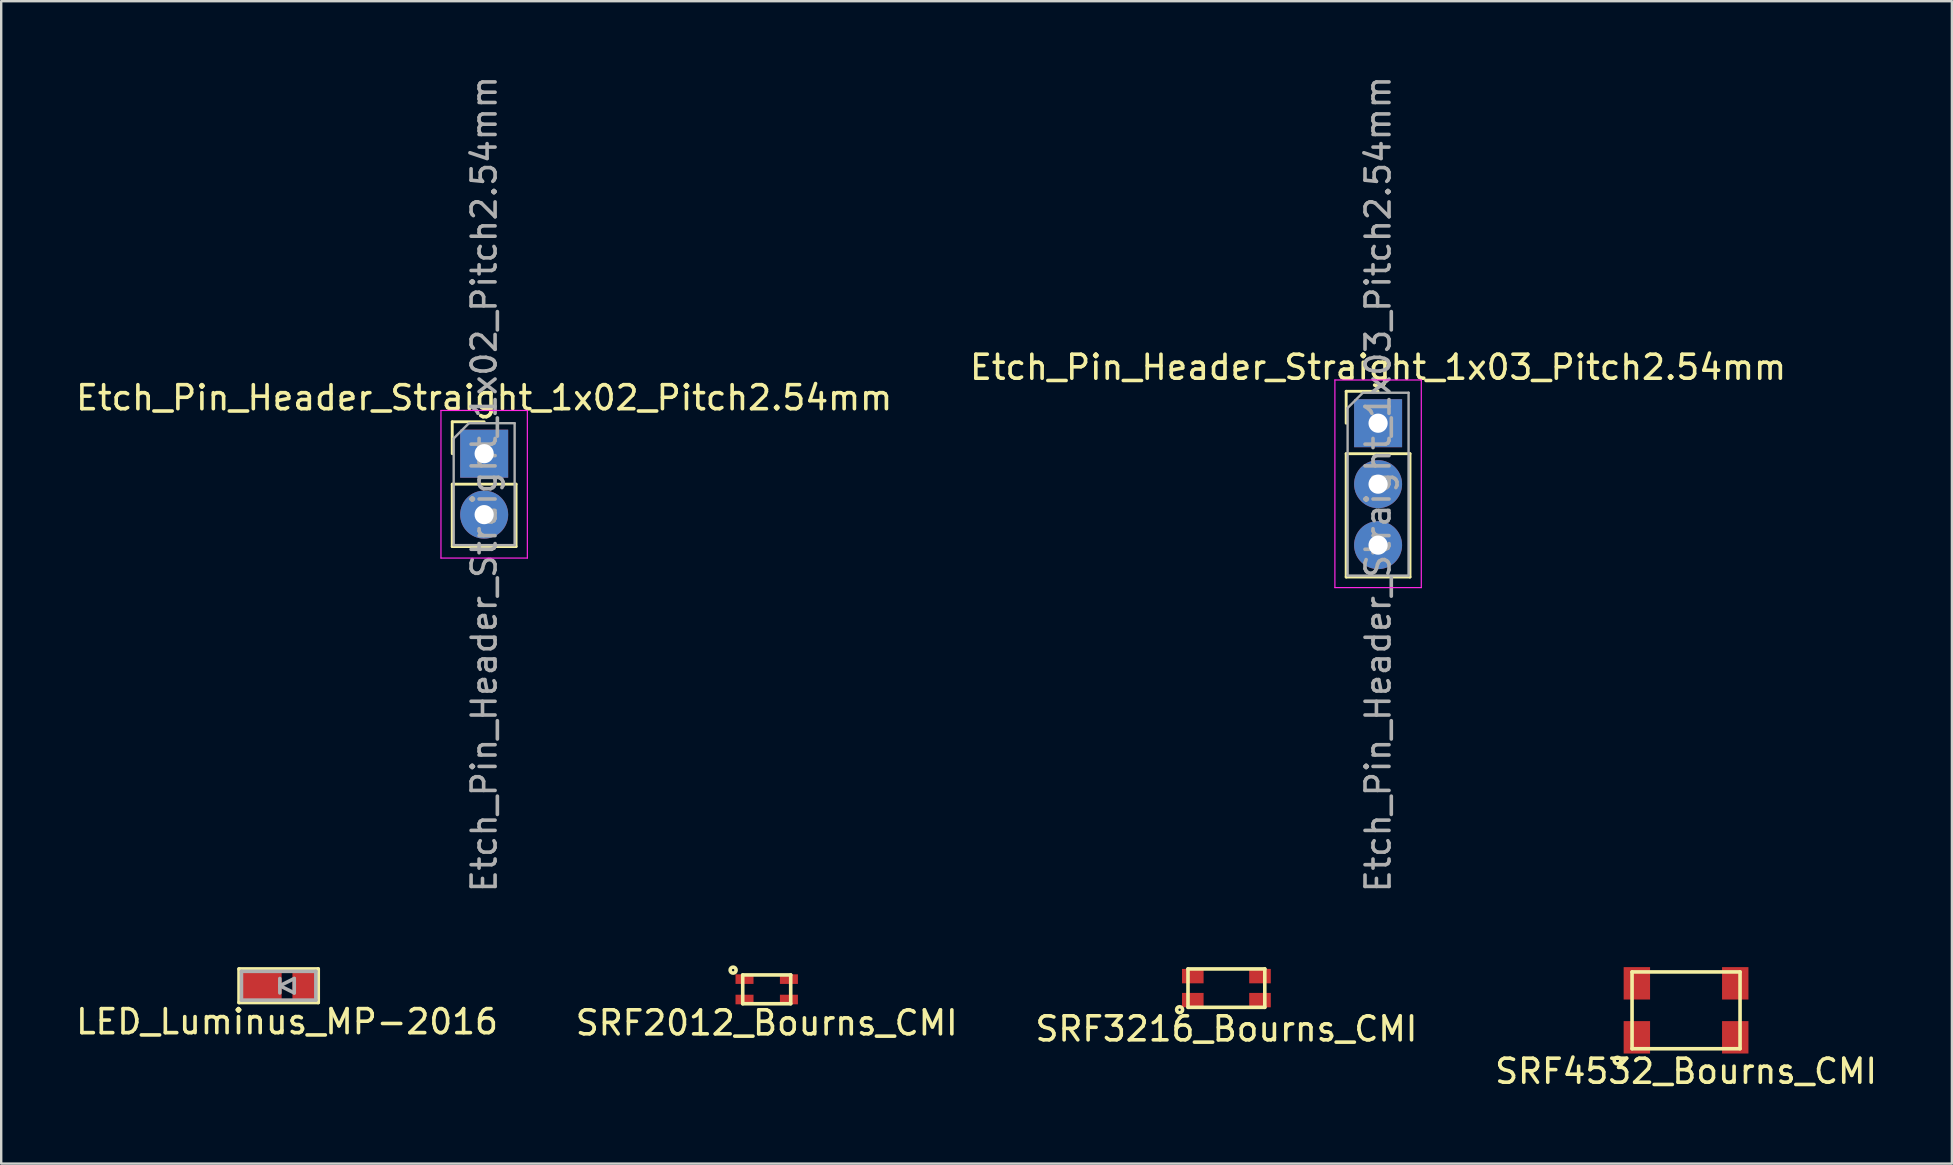
<source format=kicad_pcb>
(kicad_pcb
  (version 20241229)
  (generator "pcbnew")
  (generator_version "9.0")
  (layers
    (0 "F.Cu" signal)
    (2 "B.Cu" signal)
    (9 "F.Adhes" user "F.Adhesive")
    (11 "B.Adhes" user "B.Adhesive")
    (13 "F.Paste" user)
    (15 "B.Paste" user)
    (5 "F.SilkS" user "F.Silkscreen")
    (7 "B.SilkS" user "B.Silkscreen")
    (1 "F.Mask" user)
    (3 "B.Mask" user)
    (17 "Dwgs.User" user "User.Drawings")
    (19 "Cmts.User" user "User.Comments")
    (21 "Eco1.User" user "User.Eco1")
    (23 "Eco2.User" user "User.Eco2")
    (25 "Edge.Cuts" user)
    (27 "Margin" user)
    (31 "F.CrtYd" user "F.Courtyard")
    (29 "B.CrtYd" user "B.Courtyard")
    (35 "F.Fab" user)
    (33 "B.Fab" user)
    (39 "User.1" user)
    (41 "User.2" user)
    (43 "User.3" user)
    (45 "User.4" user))
  (footprint "SRF3216_Bourns_CMI"
    (layer "F.Cu")
    (at 48.054 38.125)
    (property "Reference" "SRF3216_Bourns_CMI" (at 0 1.7 0) (layer "F.SilkS") (effects (font (size 1 1) (thickness 0.15))))
    (attr through_hole)
    (fp_line (start -1.6 -0.8) (end 1.6 -0.8) (stroke (width 0.15) (type solid)) (layer "F.SilkS"))
    (fp_line (start -1.6 0.8) (end -1.6 -0.8) (stroke (width 0.15) (type solid)) (layer "F.SilkS"))
    (fp_line (start 1.6 -0.8) (end 1.6 0.8) (stroke (width 0.15) (type solid)) (layer "F.SilkS"))
    (fp_line (start 1.6 0.8) (end -1.6 0.8) (stroke (width 0.15) (type solid)) (layer "F.SilkS"))
    (fp_circle (center -1.95 0.9) (end -1.95 0.85) (stroke (width 0.15) (type solid)) (fill no) (layer "F.SilkS"))
    (pad "1" smd rect (at -1.4 0.5) (size 0.9 0.6) (layers "F.Cu" "F.Mask" "F.Paste"))
    (pad "2" smd rect (at 1.4 0.5) (size 0.9 0.6) (layers "F.Cu" "F.Mask" "F.Paste"))
    (pad "3" smd rect (at 1.4 -0.5) (size 0.9 0.6) (layers "F.Cu" "F.Mask" "F.Paste"))
    (pad "4" smd rect (at -1.4 -0.5) (size 0.9 0.6) (layers "F.Cu" "F.Mask" "F.Paste")))
  (footprint "LED_Luminus_MP-2016"
    (layer "F.Cu")
    (at 8.911 38.025)
    (property "Reference" "LED_Luminus_MP-2016" (at 0 1.5 0) (layer "F.SilkS") (effects (font (size 1 1) (thickness 0.15))))
    (attr through_hole)
    (fp_line (start -2 -0.7) (end -2 0.7) (stroke (width 0.15) (type solid)) (layer "F.SilkS"))
    (fp_line (start 1.3 -0.7) (end -2 -0.7) (stroke (width 0.15) (type solid)) (layer "F.SilkS"))
    (fp_line (start 1.3 0.7) (end -2 0.7) (stroke (width 0.15) (type solid)) (layer "F.SilkS"))
    (fp_line (start 1.3 0.7) (end 1.3 -0.7) (stroke (width 0.15) (type solid)) (layer "F.SilkS"))
    (fp_line (start -1.9 -0.6) (end 1.2 -0.6) (stroke (width 0.15) (type solid)) (layer "F.Fab"))
    (fp_line (start -1.9 0.6) (end -1.9 -0.6) (stroke (width 0.15) (type solid)) (layer "F.Fab"))
    (fp_line (start -0.3 0) (end 0.3 0.3) (stroke (width 0.15) (type solid)) (layer "F.Fab"))
    (fp_line (start -0.3 0.3) (end -0.3 -0.3) (stroke (width 0.15) (type solid)) (layer "F.Fab"))
    (fp_line (start 0.3 -0.3) (end -0.3 0) (stroke (width 0.15) (type solid)) (layer "F.Fab"))
    (fp_line (start 0.3 0.3) (end 0.3 -0.3) (stroke (width 0.15) (type solid)) (layer "F.Fab"))
    (fp_line (start 1.2 -0.6) (end 1.2 0.6) (stroke (width 0.15) (type solid)) (layer "F.Fab"))
    (fp_line (start 1.2 0.6) (end -1.9 0.6) (stroke (width 0.15) (type solid)) (layer "F.Fab"))
    (pad "1" smd rect (at -1.05 0) (size 1.65 1.14) (layers "F.Cu" "F.Mask" "F.Paste"))
    (pad "2" smd rect (at 0.675 0) (size 0.9 1.14) (layers "F.Cu" "F.Mask" "F.Paste")))
  (footprint "Etch_Pin_Header_Straight_1x03_Pitch2.54mm"
    (layer "F.Cu")
    (at 54.375 14.585)
    (property "Reference" "Etch_Pin_Header_Straight_1x03_Pitch2.54mm" (at 0 -2.33 0) (layer "F.SilkS") (effects (font (size 1 1) (thickness 0.15))))
    (attr through_hole)
    (fp_line (start -1.33 -1.33) (end 0 -1.33) (stroke (width 0.12) (type solid)) (layer "F.SilkS"))
    (fp_line (start -1.33 0) (end -1.33 -1.33) (stroke (width 0.12) (type solid)) (layer "F.SilkS"))
    (fp_line (start -1.33 1.27) (end -1.33 6.41) (stroke (width 0.12) (type solid)) (layer "F.SilkS"))
    (fp_line (start -1.33 1.27) (end 1.33 1.27) (stroke (width 0.12) (type solid)) (layer "F.SilkS"))
    (fp_line (start -1.33 6.41) (end 1.33 6.41) (stroke (width 0.12) (type solid)) (layer "F.SilkS"))
    (fp_line (start 1.33 1.27) (end 1.33 6.41) (stroke (width 0.12) (type solid)) (layer "F.SilkS"))
    (fp_line (start -1.8 -1.8) (end -1.8 6.85) (stroke (width 0.05) (type solid)) (layer "F.CrtYd"))
    (fp_line (start -1.8 6.85) (end 1.8 6.85) (stroke (width 0.05) (type solid)) (layer "F.CrtYd"))
    (fp_line (start 1.8 -1.8) (end -1.8 -1.8) (stroke (width 0.05) (type solid)) (layer "F.CrtYd"))
    (fp_line (start 1.8 6.85) (end 1.8 -1.8) (stroke (width 0.05) (type solid)) (layer "F.CrtYd"))
    (fp_line (start -1.27 -0.635) (end -0.635 -1.27) (stroke (width 0.1) (type solid)) (layer "F.Fab"))
    (fp_line (start -1.27 6.35) (end -1.27 -0.635) (stroke (width 0.1) (type solid)) (layer "F.Fab"))
    (fp_line (start -0.635 -1.27) (end 1.27 -1.27) (stroke (width 0.1) (type solid)) (layer "F.Fab"))
    (fp_line (start 1.27 -1.27) (end 1.27 6.35) (stroke (width 0.1) (type solid)) (layer "F.Fab"))
    (fp_line (start 1.27 6.35) (end -1.27 6.35) (stroke (width 0.1) (type solid)) (layer "F.Fab"))
    (fp_text user "${REFERENCE}" (at 0 2.54 90) (layer "F.Fab") (effects (font (size 1 1) (thickness 0.15))))
    (pad "1" thru_hole rect (at 0 0) (size 2 2) (drill 0.8) (layers "*.Cu" "*.Mask"))
    (pad "2" thru_hole oval (at 0 2.54) (size 2 2) (drill 0.8) (layers "*.Cu" "*.Mask"))
    (pad "3" thru_hole oval (at 0 5.08) (size 2 2) (drill 0.8) (layers "*.Cu" "*.Mask")))
  (footprint "SRF4532_Bourns_CMI"
    (layer "F.Cu")
    (at 67.208 39.05)
    (property "Reference" "SRF4532_Bourns_CMI" (at 0 2.54 0) (layer "F.SilkS") (effects (font (size 1 1) (thickness 0.15))))
    (attr through_hole)
    (fp_line (start -2.25 -1.6) (end 2.25 -1.6) (stroke (width 0.15) (type solid)) (layer "F.SilkS"))
    (fp_line (start -2.25 1.6) (end -2.25 -1.6) (stroke (width 0.15) (type solid)) (layer "F.SilkS"))
    (fp_line (start 2.25 -1.6) (end 2.25 1.6) (stroke (width 0.15) (type solid)) (layer "F.SilkS"))
    (fp_line (start 2.25 1.6) (end -2.25 1.6) (stroke (width 0.15) (type solid)) (layer "F.SilkS"))
    (fp_circle (center -2.857 2.095) (end -2.857 2.032) (stroke (width 0.15) (type solid)) (fill no) (layer "F.SilkS"))
    (pad "1" smd rect (at -2.05 1.125) (size 1.1 1.35) (layers "F.Cu" "F.Mask" "F.Paste"))
    (pad "2" smd rect (at 2.05 1.125) (size 1.1 1.35) (layers "F.Cu" "F.Mask" "F.Paste"))
    (pad "3" smd rect (at 2.05 -1.125) (size 1.1 1.35) (layers "F.Cu" "F.Mask" "F.Paste"))
    (pad "4" smd rect (at -2.05 -1.125) (size 1.1 1.35) (layers "F.Cu" "F.Mask" "F.Paste")))
  (footprint "Etch_Pin_Header_Straight_1x02_Pitch2.54mm"
    (layer "F.Cu")
    (at 17.125 15.855)
    (property "Reference" "Etch_Pin_Header_Straight_1x02_Pitch2.54mm" (at 0 -2.33 0) (layer "F.SilkS") (effects (font (size 1 1) (thickness 0.15))))
    (attr through_hole)
    (fp_line (start -1.33 -1.33) (end 0 -1.33) (stroke (width 0.12) (type solid)) (layer "F.SilkS"))
    (fp_line (start -1.33 0) (end -1.33 -1.33) (stroke (width 0.12) (type solid)) (layer "F.SilkS"))
    (fp_line (start -1.33 1.27) (end -1.33 3.87) (stroke (width 0.12) (type solid)) (layer "F.SilkS"))
    (fp_line (start -1.33 1.27) (end 1.33 1.27) (stroke (width 0.12) (type solid)) (layer "F.SilkS"))
    (fp_line (start -1.33 3.87) (end 1.33 3.87) (stroke (width 0.12) (type solid)) (layer "F.SilkS"))
    (fp_line (start 1.33 1.27) (end 1.33 3.87) (stroke (width 0.12) (type solid)) (layer "F.SilkS"))
    (fp_line (start -1.8 -1.8) (end -1.8 4.35) (stroke (width 0.05) (type solid)) (layer "F.CrtYd"))
    (fp_line (start -1.8 4.35) (end 1.8 4.35) (stroke (width 0.05) (type solid)) (layer "F.CrtYd"))
    (fp_line (start 1.8 -1.8) (end -1.8 -1.8) (stroke (width 0.05) (type solid)) (layer "F.CrtYd"))
    (fp_line (start 1.8 4.35) (end 1.8 -1.8) (stroke (width 0.05) (type solid)) (layer "F.CrtYd"))
    (fp_line (start -1.27 -0.635) (end -0.635 -1.27) (stroke (width 0.1) (type solid)) (layer "F.Fab"))
    (fp_line (start -1.27 3.81) (end -1.27 -0.635) (stroke (width 0.1) (type solid)) (layer "F.Fab"))
    (fp_line (start -0.635 -1.27) (end 1.27 -1.27) (stroke (width 0.1) (type solid)) (layer "F.Fab"))
    (fp_line (start 1.27 -1.27) (end 1.27 3.81) (stroke (width 0.1) (type solid)) (layer "F.Fab"))
    (fp_line (start 1.27 3.81) (end -1.27 3.81) (stroke (width 0.1) (type solid)) (layer "F.Fab"))
    (fp_text user "${REFERENCE}" (at 0 1.27 90) (layer "F.Fab") (effects (font (size 1 1) (thickness 0.15))))
    (pad "1" thru_hole rect (at 0 0) (size 2 2) (drill 0.8) (layers "*.Cu" "*.Mask"))
    (pad "2" thru_hole oval (at 0 2.54) (size 2 2) (drill 0.8) (layers "*.Cu" "*.Mask")))
  (footprint "SRF2012_Bourns_CMI"
    (layer "F.Cu")
    (at 28.899 38.175)
    (property "Reference" "SRF2012_Bourns_CMI" (at 0 1.4 0) (layer "F.SilkS") (effects (font (size 1 1) (thickness 0.15))))
    (attr through_hole)
    (fp_line (start -1 -0.6) (end 1 -0.6) (stroke (width 0.15) (type solid)) (layer "F.SilkS"))
    (fp_line (start -1 0.6) (end -1 -0.6) (stroke (width 0.15) (type solid)) (layer "F.SilkS"))
    (fp_line (start 1 -0.6) (end 1 0.6) (stroke (width 0.15) (type solid)) (layer "F.SilkS"))
    (fp_line (start 1 0.6) (end -1 0.6) (stroke (width 0.15) (type solid)) (layer "F.SilkS"))
    (fp_circle (center -1.4 -0.8) (end -1.4 -0.85) (stroke (width 0.15) (type solid)) (fill no) (layer "F.SilkS"))
    (pad "1" smd rect (at -0.925 -0.425) (size 0.75 0.4) (layers "F.Cu" "F.Mask" "F.Paste"))
    (pad "2" smd rect (at 0.925 -0.425) (size 0.75 0.4) (layers "F.Cu" "F.Mask" "F.Paste"))
    (pad "3" smd rect (at 0.925 0.425) (size 0.75 0.4) (layers "F.Cu" "F.Mask" "F.Paste"))
    (pad "4" smd rect (at -0.925 0.425) (size 0.75 0.4) (layers "F.Cu" "F.Mask" "F.Paste")))
  (gr_rect
    (start -3 -3)
    (end 78.286 45.438)
    (stroke (width 0.1) (type default))
    (fill no)
    (layer "Edge.Cuts")))
</source>
